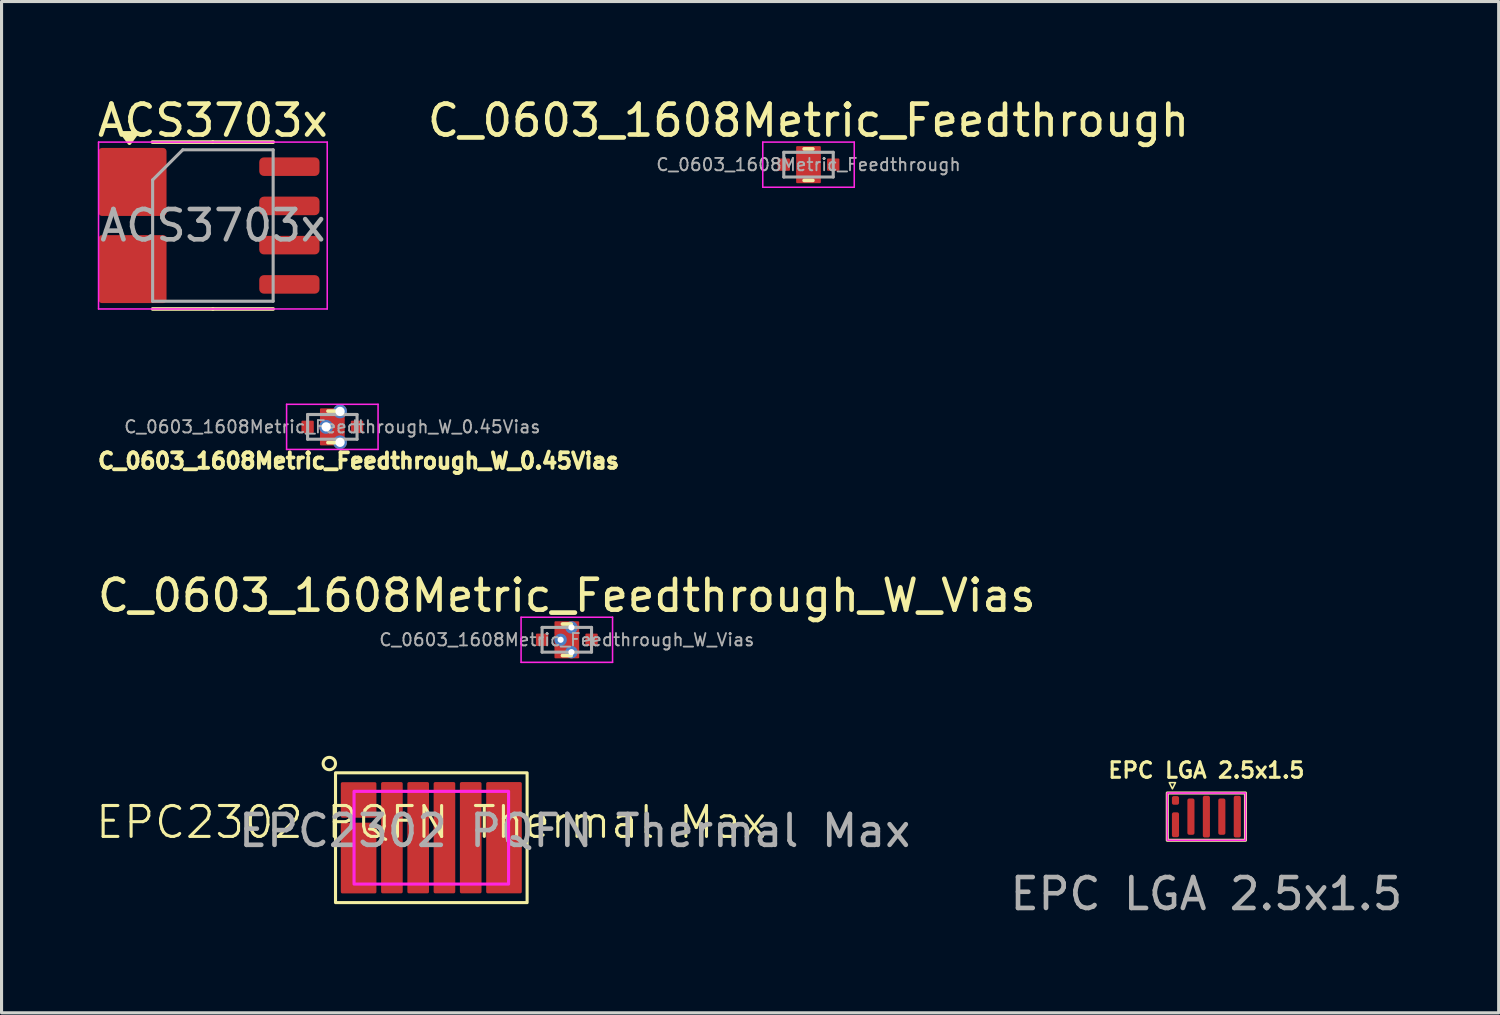
<source format=kicad_pcb>
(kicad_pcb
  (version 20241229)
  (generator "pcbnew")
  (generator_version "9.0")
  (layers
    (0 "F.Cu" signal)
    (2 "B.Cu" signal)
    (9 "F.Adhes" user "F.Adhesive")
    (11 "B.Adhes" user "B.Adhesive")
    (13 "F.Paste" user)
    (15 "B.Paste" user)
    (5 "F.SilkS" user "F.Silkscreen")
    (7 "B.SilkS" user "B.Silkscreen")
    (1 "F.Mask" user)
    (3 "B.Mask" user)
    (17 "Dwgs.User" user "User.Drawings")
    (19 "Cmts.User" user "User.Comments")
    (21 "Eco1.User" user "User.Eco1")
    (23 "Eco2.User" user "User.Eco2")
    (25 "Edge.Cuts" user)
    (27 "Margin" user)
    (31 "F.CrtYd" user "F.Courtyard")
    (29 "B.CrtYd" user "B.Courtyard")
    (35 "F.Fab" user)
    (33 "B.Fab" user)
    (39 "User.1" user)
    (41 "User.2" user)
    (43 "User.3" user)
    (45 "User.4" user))
  (footprint "EPC2302 PQFN Thermal Max"
    (layer "F.Cu")
    (at 10.907 24.058)
    (property "Reference" "EPC2302 PQFN Thermal Max" (at 0 -0.5 0) (unlocked yes) (layer "F.SilkS") (effects (font (size 1 1) (thickness 0.1))))
    (attr smd)
    (fp_rect (start -3.1 -2.1) (end 3.1 2.1) (stroke (width 0.1) (type default)) (fill no) (layer "F.SilkS"))
    (fp_circle (center -3.3 -2.4) (end -3.1 -2.4) (stroke (width 0.1) (type default)) (fill no) (layer "F.SilkS"))
    (fp_rect (start -2.5 -1.5) (end 2.5 1.5) (stroke (width 0.1) (type default)) (fill no) (layer "F.CrtYd"))
    (fp_text user "${REFERENCE}" (at 4.64 -0.225 0) (unlocked yes) (layer "F.Fab") (effects (font (size 1 1) (thickness 0.15))))
    (pad "1" smd roundrect (at -2.64 -0.975) (size 0.275 0.37) (layers "F.Cu" "F.Paste") (roundrect_rratio 0.125))
    (pad "1" smd roundrect (at -2.555 -0.975) (size 0.29 0.37) (layers "F.Cu" "F.Mask") (roundrect_rratio 0.106) (chamfer_ratio 0) (chamfer top_right bottom_right))
    (pad "1" smd roundrect (at -2.352 -1.222) (size 1.152 1.15) (layers "F.Cu") (roundrect_rratio 0.043))
    (pad "1" smd roundrect (at -2.175 -1.207) (size 0.47 0.985) (layers "F.Cu" "F.Mask") (roundrect_rratio 0.106))
    (pad "1" smd roundrect (at -2.123 -1.216) (size 0.4 0.975) (layers "F.Cu" "F.Paste") (roundrect_rratio 0.125))
    (pad "2" smd roundrect (at -2.64 -0.225) (size 0.275 0.37) (layers "F.Cu" "F.Paste") (roundrect_rratio 0.125))
    (pad "2" smd roundrect (at -2.64 0.325) (size 0.275 0.37) (layers "F.Cu" "F.Paste") (roundrect_rratio 0.125))
    (pad "2" smd roundrect (at -2.64 0.975) (size 0.275 0.37) (layers "F.Cu" "F.Paste") (roundrect_rratio 0.125))
    (pad "2" smd roundrect (at -2.555 0.325) (size 0.29 0.37) (layers "F.Cu" "F.Mask") (roundrect_rratio 0.106) (chamfer_ratio 0) (chamfer top_right bottom_right))
    (pad "2" smd roundrect (at -2.555 0.975) (size 0.29 0.37) (layers "F.Cu" "F.Mask") (roundrect_rratio 0.106) (chamfer_ratio 0) (chamfer top_right bottom_right))
    (pad "2" smd roundrect (at -2.54 -0.225) (size 0.32 0.37) (layers "F.Cu" "F.Mask") (roundrect_rratio 0.106) (chamfer_ratio 0.1) (chamfer top_right bottom_right))
    (pad "2" smd roundrect (at -2.352 0.658) (size 1.152 2.29) (layers "F.Cu") (roundrect_rratio 0.043))
    (pad "2" smd roundrect (at -2.175 0.663) (size 0.47 2.075) (layers "F.Cu" "F.Mask") (roundrect_rratio 0.106))
    (pad "2" smd roundrect (at -2.123 0.05) (size 0.4 0.9) (layers "F.Cu" "F.Paste") (roundrect_rratio 0.125))
    (pad "2" smd roundrect (at -2.123 1.2) (size 0.4 1) (layers "F.Cu" "F.Paste") (roundrect_rratio 0.125))
    (pad "3" smd roundrect (at -1.275 -0.95 90) (size 1.5 0.26) (layers "F.Cu" "F.Paste") (roundrect_rratio 0.192))
    (pad "3" smd roundrect (at -1.275 0) (size 0.37 3.4) (layers "F.Cu" "F.Mask") (roundrect_rratio 0.135))
    (pad "3" smd roundrect (at -1.275 0) (size 0.7 3.6) (layers "F.Cu") (roundrect_rratio 0.071))
    (pad "3" smd roundrect (at -1.275 0.95 90) (size 1.5 0.26) (layers "F.Cu" "F.Paste") (roundrect_rratio 0.192))
    (pad "4" smd roundrect (at -0.425 -0.95 90) (size 1.5 0.26) (layers "F.Cu" "F.Paste") (roundrect_rratio 0.192))
    (pad "4" smd roundrect (at -0.425 0) (size 0.37 3.4) (layers "F.Cu" "F.Mask") (roundrect_rratio 0.135))
    (pad "4" smd roundrect (at -0.425 0) (size 0.7 3.6) (layers "F.Cu") (roundrect_rratio 0.071))
    (pad "4" smd roundrect (at -0.425 0.95 90) (size 1.5 0.26) (layers "F.Cu" "F.Paste") (roundrect_rratio 0.192))
    (pad "5" smd roundrect (at 0.425 -0.95 90) (size 1.5 0.26) (layers "F.Cu" "F.Paste") (roundrect_rratio 0.192))
    (pad "5" smd roundrect (at 0.425 0) (size 0.37 3.4) (layers "F.Cu" "F.Mask") (roundrect_rratio 0.135))
    (pad "5" smd roundrect (at 0.425 0) (size 0.7 3.6) (layers "F.Cu") (roundrect_rratio 0.071))
    (pad "5" smd roundrect (at 0.425 0.95 90) (size 1.5 0.26) (layers "F.Cu" "F.Paste") (roundrect_rratio 0.192))
    (pad "6" smd roundrect (at 1.275 -0.95 90) (size 1.5 0.26) (layers "F.Cu" "F.Paste") (roundrect_rratio 0.192))
    (pad "6" smd roundrect (at 1.275 0) (size 0.37 3.4) (layers "F.Cu" "F.Mask") (roundrect_rratio 0.135))
    (pad "6" smd roundrect (at 1.275 0) (size 0.7 3.6) (layers "F.Cu") (roundrect_rratio 0.071))
    (pad "6" smd roundrect (at 1.275 0.95 90) (size 1.5 0.26) (layers "F.Cu" "F.Paste") (roundrect_rratio 0.192))
    (pad "7" smd roundrect (at 2.123 -1.2) (size 0.4 1) (layers "F.Cu" "F.Paste") (roundrect_rratio 0.125))
    (pad "7" smd roundrect (at 2.123 0) (size 0.4 1) (layers "F.Cu" "F.Paste") (roundrect_rratio 0.125))
    (pad "7" smd roundrect (at 2.123 1.2) (size 0.4 1) (layers "F.Cu" "F.Paste") (roundrect_rratio 0.125))
    (pad "7" smd roundrect (at 2.175 0) (size 0.47 3.4) (layers "F.Cu" "F.Mask") (roundrect_rratio 0.106))
    (pad "7" smd roundrect (at 2.352 0) (size 1.152 3.6) (layers "F.Cu") (roundrect_rratio 0.043))
    (pad "7" smd roundrect (at 2.555 -0.975) (size 0.29 0.37) (layers "F.Cu" "F.Mask") (roundrect_rratio 0.106) (chamfer_ratio 0) (chamfer top_left bottom_left))
    (pad "7" smd roundrect (at 2.555 -0.325) (size 0.29 0.37) (layers "F.Cu" "F.Mask") (roundrect_rratio 0.106) (chamfer_ratio 0) (chamfer top_left bottom_left))
    (pad "7" smd roundrect (at 2.555 0.325) (size 0.29 0.37) (layers "F.Cu" "F.Mask") (roundrect_rratio 0.106) (chamfer_ratio 0) (chamfer top_left bottom_left))
    (pad "7" smd roundrect (at 2.555 0.975) (size 0.29 0.37) (layers "F.Cu" "F.Mask") (roundrect_rratio 0.106) (chamfer_ratio 0) (chamfer top_left bottom_left))
    (pad "7" smd roundrect (at 2.64 -0.975) (size 0.275 0.37) (layers "F.Cu" "F.Paste") (roundrect_rratio 0.125))
    (pad "7" smd roundrect (at 2.64 -0.325) (size 0.275 0.37) (layers "F.Cu" "F.Paste") (roundrect_rratio 0.125))
    (pad "7" smd roundrect (at 2.64 0.325) (size 0.275 0.37) (layers "F.Cu" "F.Paste") (roundrect_rratio 0.125))
    (pad "7" smd roundrect (at 2.64 0.975) (size 0.275 0.37) (layers "F.Cu" "F.Paste") (roundrect_rratio 0.125)))
  (footprint "C_0603_1608Metric_Feedthrough_W_0.45Vias"
    (layer "F.Cu")
    (at 7.704 10.763)
    (property "Reference" "C_0603_1608Metric_Feedthrough_W_0.45Vias" (at 0.85 1.1 180) (layer "F.SilkS") (effects (font (size 0.5 0.5) (thickness 0.125))))
    (attr smd)
    (fp_line (start -0.141 -0.51) (end 0.141 -0.51) (stroke (width 0.12) (type solid)) (layer "F.SilkS"))
    (fp_line (start -0.141 0.51) (end 0.141 0.51) (stroke (width 0.12) (type solid)) (layer "F.SilkS"))
    (fp_line (start -1.48 -0.73) (end 1.48 -0.73) (stroke (width 0.05) (type solid)) (layer "F.CrtYd"))
    (fp_line (start -1.48 0.73) (end -1.48 -0.73) (stroke (width 0.05) (type solid)) (layer "F.CrtYd"))
    (fp_line (start 1.48 -0.73) (end 1.48 0.73) (stroke (width 0.05) (type solid)) (layer "F.CrtYd"))
    (fp_line (start 1.48 0.73) (end -1.48 0.73) (stroke (width 0.05) (type solid)) (layer "F.CrtYd"))
    (fp_line (start -0.8 -0.4) (end 0.8 -0.4) (stroke (width 0.1) (type solid)) (layer "F.Fab"))
    (fp_line (start -0.8 0.4) (end -0.8 -0.4) (stroke (width 0.1) (type solid)) (layer "F.Fab"))
    (fp_line (start 0.8 -0.4) (end 0.8 0.4) (stroke (width 0.1) (type solid)) (layer "F.Fab"))
    (fp_line (start 0.8 0.4) (end -0.8 0.4) (stroke (width 0.1) (type solid)) (layer "F.Fab"))
    (fp_text user "${REFERENCE}" (at 0 0 0) (layer "F.Fab") (effects (font (size 0.4 0.4) (thickness 0.06))))
    (pad "1" smd roundrect (at -0.8 0) (size 0.4 0.4) (layers "F.Cu" "F.Mask" "F.Paste") (roundrect_rratio 0.083))
    (pad "2" thru_hole circle (at -0.2 0) (size 0.45 0.45) (drill 0.3) (layers "*.Cu" "F.Mask"))
    (pad "2" smd roundrect (at 0 -0.4) (size 0.8 0.4) (layers "F.Cu" "F.Mask" "F.Paste") (roundrect_rratio 0.083))
    (pad "2" smd roundrect (at 0 0) (size 0.8 0.5) (layers "F.Cu") (roundrect_rratio 0.083))
    (pad "2" smd roundrect (at 0 0.4) (size 0.8 0.4) (layers "F.Cu" "F.Mask" "F.Paste") (roundrect_rratio 0.083))
    (pad "2" thru_hole circle (at 0.25 -0.5) (size 0.45 0.45) (drill 0.3) (layers "*.Cu" "F.Mask"))
    (pad "2" thru_hole circle (at 0.25 0.5) (size 0.45 0.45) (drill 0.3) (layers "*.Cu" "F.Mask"))
    (pad "3" smd roundrect (at 0.8 0) (size 0.4 0.4) (layers "F.Cu" "F.Mask" "F.Paste") (roundrect_rratio 0.083)))
  (footprint "ACS3703x"
    (layer "F.Cu")
    (at 3.839 4.248)
    (property "Reference" "ACS3703x" (at 0 -3.4 0) (layer "F.SilkS") (effects (font (size 1 1) (thickness 0.15))))
    (attr smd)
    (fp_line (start -0.005 -2.7) (end -1.955 -2.7) (stroke (width 0.12) (type solid)) (layer "F.SilkS"))
    (fp_line (start 0 -2.7) (end 1.95 -2.7) (stroke (width 0.12) (type solid)) (layer "F.SilkS"))
    (fp_line (start 0 2.7) (end -1.95 2.7) (stroke (width 0.12) (type solid)) (layer "F.SilkS"))
    (fp_line (start 0 2.7) (end 1.95 2.7) (stroke (width 0.12) (type solid)) (layer "F.SilkS"))
    (fp_poly (pts (xy -2.7 -2.666) (xy -2.94 -2.996) (xy -2.46 -2.996) (xy -2.7 -2.666)) (stroke (width 0.12) (type solid)) (fill yes) (layer "F.SilkS"))
    (fp_line (start -3.7 -2.7) (end -3.7 2.7) (stroke (width 0.05) (type solid)) (layer "F.CrtYd"))
    (fp_line (start -3.7 2.7) (end 3.7 2.7) (stroke (width 0.05) (type solid)) (layer "F.CrtYd"))
    (fp_line (start 3.7 -2.7) (end -3.7 -2.7) (stroke (width 0.05) (type solid)) (layer "F.CrtYd"))
    (fp_line (start 3.7 2.7) (end 3.7 -2.7) (stroke (width 0.05) (type solid)) (layer "F.CrtYd"))
    (fp_line (start -1.95 -1.475) (end -0.975 -2.45) (stroke (width 0.1) (type solid)) (layer "F.Fab"))
    (fp_line (start -1.95 2.45) (end -1.95 -1.475) (stroke (width 0.1) (type solid)) (layer "F.Fab"))
    (fp_line (start -0.975 -2.45) (end 1.95 -2.45) (stroke (width 0.1) (type solid)) (layer "F.Fab"))
    (fp_line (start 1.95 -2.45) (end 1.95 2.45) (stroke (width 0.1) (type solid)) (layer "F.Fab"))
    (fp_line (start 1.95 2.45) (end -1.95 2.45) (stroke (width 0.1) (type solid)) (layer "F.Fab"))
    (fp_text user "${REFERENCE}" (at 0 0 0) (layer "F.Fab") (effects (font (size 0.98 0.98) (thickness 0.15))))
    (pad "1" smd roundrect (at -2.6 -1.41) (size 2.2 2.2) (layers "F.Cu" "F.Mask" "F.Paste") (roundrect_rratio 0.05))
    (pad "2" smd roundrect (at -2.6 1.41) (size 2.2 2.2) (layers "F.Cu" "F.Mask" "F.Paste") (roundrect_rratio 0.05))
    (pad "3" smd roundrect (at 2.475 1.905) (size 1.95 0.6) (layers "F.Cu" "F.Mask" "F.Paste") (roundrect_rratio 0.25))
    (pad "4" smd roundrect (at 2.475 0.635) (size 1.95 0.6) (layers "F.Cu" "F.Mask" "F.Paste") (roundrect_rratio 0.25))
    (pad "5" smd roundrect (at 2.475 -0.635) (size 1.95 0.6) (layers "F.Cu" "F.Mask" "F.Paste") (roundrect_rratio 0.25))
    (pad "6" smd roundrect (at 2.475 -1.905) (size 1.95 0.6) (layers "F.Cu" "F.Mask" "F.Paste") (roundrect_rratio 0.25)))
  (footprint "EPC LGA 2.5x1.5"
    (layer "F.Cu")
    (at 35.988 23.376)
    (property "Reference" "EPC LGA 2.5x1.5" (at 0 -1.5 0) (unlocked yes) (layer "F.SilkS") (effects (font (size 0.5 0.5) (thickness 0.1))))
    (attr smd)
    (fp_rect (start -1.265 -0.765) (end 1.265 0.765) (stroke (width 0.1) (type default)) (fill no) (layer "F.SilkS"))
    (fp_poly (pts (xy -1.2 -1.1) (xy -1.1 -0.9) (xy -1 -1.1)) (stroke (width 0.05) (type solid)) (fill no) (layer "F.SilkS"))
    (fp_rect (start -1.265 -0.765) (end 1.265 0.765) (stroke (width 0.05) (type default)) (fill no) (layer "F.CrtYd"))
    (fp_text user "${REFERENCE}" (at 0 2.5 0) (unlocked yes) (layer "F.Fab") (effects (font (size 1 1) (thickness 0.15))))
    (pad "" smd roundrect (at -1 -0.525) (size 0.23 0.28) (layers "F.Paste") (roundrect_rratio 0.261))
    (pad "" smd roundrect (at -1 0.263) (size 0.21 0.805) (layers "F.Paste") (roundrect_rratio 0.261))
    (pad "" smd roundrect (at -0.5 0) (size 0.21 1.155) (layers "F.Paste") (roundrect_rratio 0.261))
    (pad "" smd roundrect (at 0 0) (size 0.21 1.33) (layers "F.Paste") (roundrect_rratio 0.261))
    (pad "" smd roundrect (at 0.5 0) (size 0.21 1.155) (layers "F.Paste") (roundrect_rratio 0.261))
    (pad "" smd roundrect (at 1 0) (size 0.21 1.33) (layers "F.Paste") (roundrect_rratio 0.261))
    (pad "1" smd roundrect (at -1 -0.525) (size 0.23 0.28) (layers "F.Cu" "F.Mask") (roundrect_rratio 0.261))
    (pad "2" smd roundrect (at -1 0.263) (size 0.23 0.805) (layers "F.Cu" "F.Mask") (roundrect_rratio 0.261))
    (pad "3" smd roundrect (at -0.5 0) (size 0.23 1.175) (layers "F.Cu" "F.Mask") (roundrect_rratio 0.261))
    (pad "4" smd roundrect (at 0 0) (size 0.23 1.35) (layers "F.Cu" "F.Mask") (roundrect_rratio 0.261))
    (pad "5" smd roundrect (at 0.5 0) (size 0.23 1.175) (layers "F.Cu" "F.Mask") (roundrect_rratio 0.261))
    (pad "6" smd roundrect (at 1 0) (size 0.23 1.35) (layers "F.Cu" "F.Mask") (roundrect_rratio 0.261)))
  (footprint "C_0603_1608Metric_Feedthrough"
    (layer "F.Cu")
    (at 23.113 2.278)
    (property "Reference" "C_0603_1608Metric_Feedthrough" (at 0 -1.43 0) (layer "F.SilkS") (effects (font (size 1 1) (thickness 0.15))))
    (attr smd)
    (fp_line (start -0.141 -0.51) (end 0.141 -0.51) (stroke (width 0.12) (type solid)) (layer "F.SilkS"))
    (fp_line (start -0.141 0.51) (end 0.141 0.51) (stroke (width 0.12) (type solid)) (layer "F.SilkS"))
    (fp_line (start -1.48 -0.73) (end 1.48 -0.73) (stroke (width 0.05) (type solid)) (layer "F.CrtYd"))
    (fp_line (start -1.48 0.73) (end -1.48 -0.73) (stroke (width 0.05) (type solid)) (layer "F.CrtYd"))
    (fp_line (start 1.48 -0.73) (end 1.48 0.73) (stroke (width 0.05) (type solid)) (layer "F.CrtYd"))
    (fp_line (start 1.48 0.73) (end -1.48 0.73) (stroke (width 0.05) (type solid)) (layer "F.CrtYd"))
    (fp_line (start -0.8 -0.4) (end 0.8 -0.4) (stroke (width 0.1) (type solid)) (layer "F.Fab"))
    (fp_line (start -0.8 0.4) (end -0.8 -0.4) (stroke (width 0.1) (type solid)) (layer "F.Fab"))
    (fp_line (start 0.8 -0.4) (end 0.8 0.4) (stroke (width 0.1) (type solid)) (layer "F.Fab"))
    (fp_line (start 0.8 0.4) (end -0.8 0.4) (stroke (width 0.1) (type solid)) (layer "F.Fab"))
    (fp_text user "${REFERENCE}" (at 0 0 0) (layer "F.Fab") (effects (font (size 0.4 0.4) (thickness 0.06))))
    (pad "1" smd roundrect (at -0.8 0) (size 0.4 0.4) (layers "F.Cu" "F.Mask" "F.Paste") (roundrect_rratio 0.083))
    (pad "2" smd roundrect (at 0 -0.4) (size 0.8 0.4) (layers "F.Cu" "F.Mask" "F.Paste") (roundrect_rratio 0.083))
    (pad "2" smd roundrect (at 0 0) (size 0.8 0.5) (layers "F.Cu") (roundrect_rratio 0.083))
    (pad "2" smd roundrect (at 0 0.4) (size 0.8 0.4) (layers "F.Cu" "F.Mask" "F.Paste") (roundrect_rratio 0.083))
    (pad "3" smd roundrect (at 0.8 0) (size 0.4 0.4) (layers "F.Cu" "F.Mask" "F.Paste") (roundrect_rratio 0.083)))
  (footprint "C_0603_1608Metric_Feedthrough_W_Vias"
    (layer "F.Cu")
    (at 15.292 17.653)
    (property "Reference" "C_0603_1608Metric_Feedthrough_W_Vias" (at 0 -1.43 0) (layer "F.SilkS") (effects (font (size 1 1) (thickness 0.15))))
    (attr smd)
    (fp_line (start -0.141 -0.51) (end 0.141 -0.51) (stroke (width 0.12) (type solid)) (layer "F.SilkS"))
    (fp_line (start -0.141 0.51) (end 0.141 0.51) (stroke (width 0.12) (type solid)) (layer "F.SilkS"))
    (fp_line (start -1.48 -0.73) (end 1.48 -0.73) (stroke (width 0.05) (type solid)) (layer "F.CrtYd"))
    (fp_line (start -1.48 0.73) (end -1.48 -0.73) (stroke (width 0.05) (type solid)) (layer "F.CrtYd"))
    (fp_line (start 1.48 -0.73) (end 1.48 0.73) (stroke (width 0.05) (type solid)) (layer "F.CrtYd"))
    (fp_line (start 1.48 0.73) (end -1.48 0.73) (stroke (width 0.05) (type solid)) (layer "F.CrtYd"))
    (fp_line (start -0.8 -0.4) (end 0.8 -0.4) (stroke (width 0.1) (type solid)) (layer "F.Fab"))
    (fp_line (start -0.8 0.4) (end -0.8 -0.4) (stroke (width 0.1) (type solid)) (layer "F.Fab"))
    (fp_line (start 0.8 -0.4) (end 0.8 0.4) (stroke (width 0.1) (type solid)) (layer "F.Fab"))
    (fp_line (start 0.8 0.4) (end -0.8 0.4) (stroke (width 0.1) (type solid)) (layer "F.Fab"))
    (fp_text user "${REFERENCE}" (at 0 0 0) (layer "F.Fab") (effects (font (size 0.4 0.4) (thickness 0.06))))
    (pad "1" smd roundrect (at -0.8 0) (size 0.4 0.4) (layers "F.Cu" "F.Mask" "F.Paste") (roundrect_rratio 0.083))
    (pad "2" thru_hole circle (at -0.2 0) (size 0.4 0.4) (drill 0.2) (layers "*.Cu" "F.Mask"))
    (pad "2" smd roundrect (at 0 -0.4) (size 0.8 0.4) (layers "F.Cu" "F.Mask" "F.Paste") (roundrect_rratio 0.083))
    (pad "2" smd roundrect (at 0 0) (size 0.8 0.5) (layers "F.Cu") (roundrect_rratio 0.083))
    (pad "2" smd roundrect (at 0 0.4) (size 0.8 0.4) (layers "F.Cu" "F.Mask" "F.Paste") (roundrect_rratio 0.083))
    (pad "2" thru_hole circle (at 0.15 -0.4) (size 0.4 0.4) (drill 0.2) (layers "*.Cu" "F.Mask"))
    (pad "2" thru_hole circle (at 0.15 0.4) (size 0.4 0.4) (drill 0.2) (layers "*.Cu" "F.Mask"))
    (pad "3" smd roundrect (at 0.8 0) (size 0.4 0.4) (layers "F.Cu" "F.Mask" "F.Paste") (roundrect_rratio 0.083)))
  (gr_rect
    (start -3 -3)
    (end 45.446 29.725)
    (stroke (width 0.1) (type default))
    (fill no)
    (layer "Edge.Cuts")))
</source>
